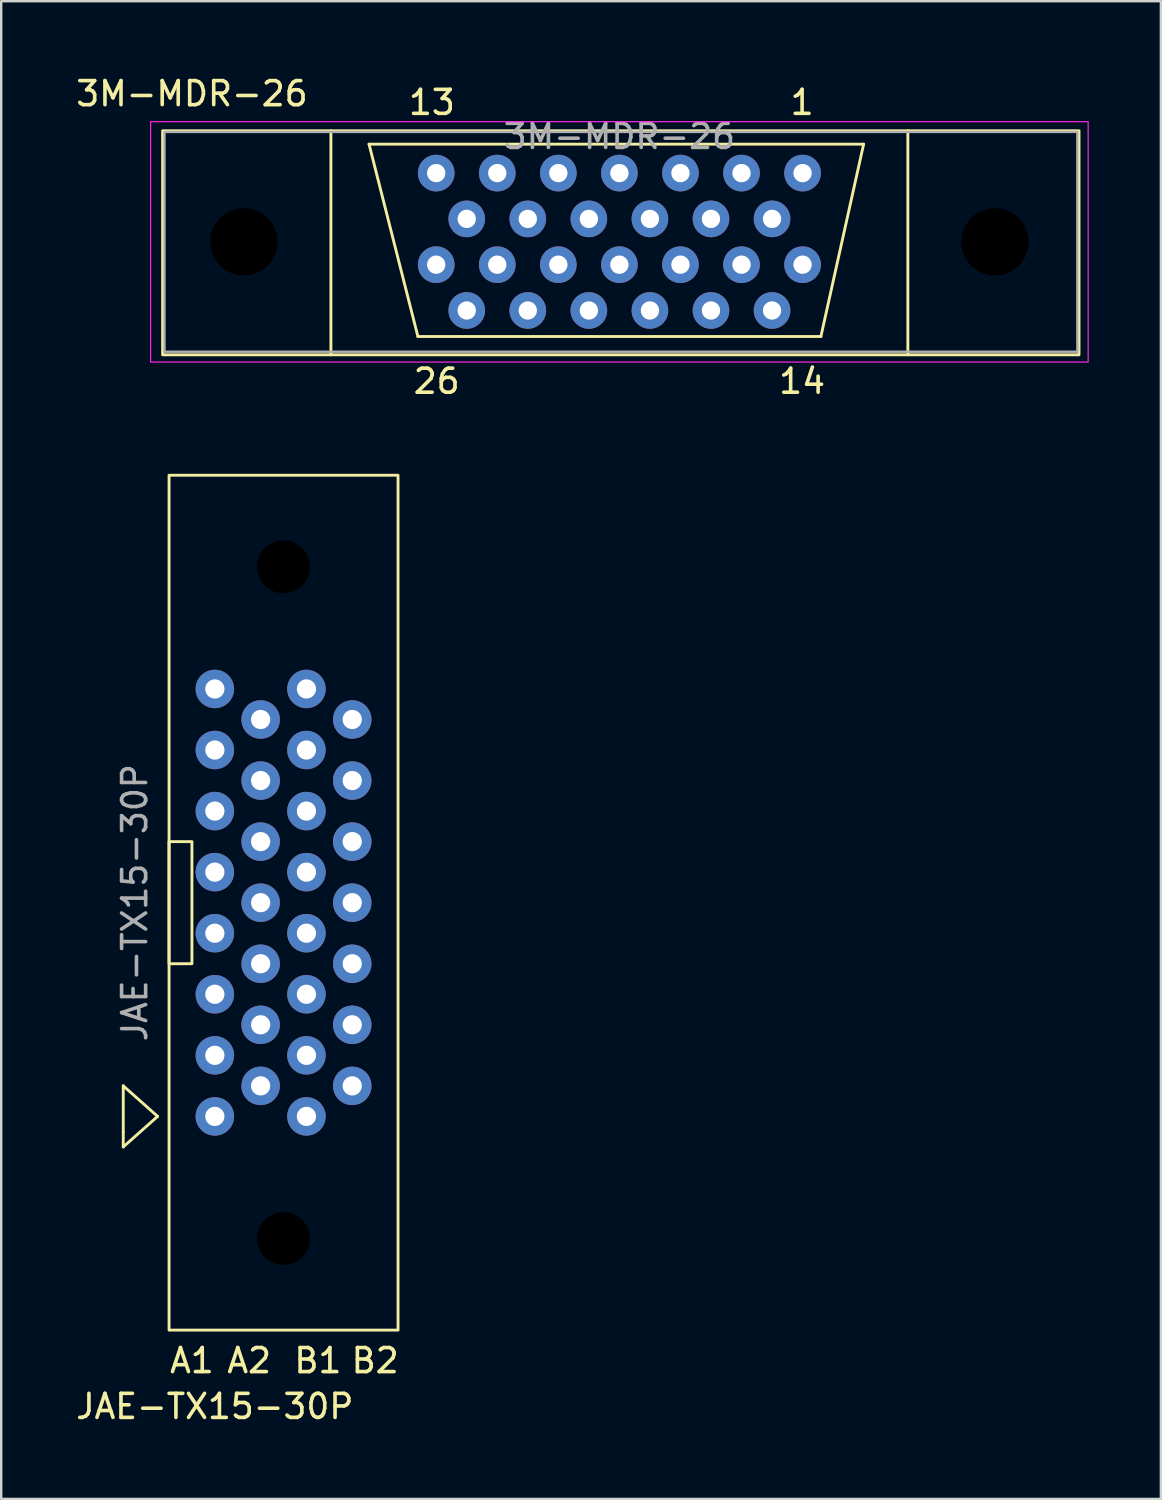
<source format=kicad_pcb>
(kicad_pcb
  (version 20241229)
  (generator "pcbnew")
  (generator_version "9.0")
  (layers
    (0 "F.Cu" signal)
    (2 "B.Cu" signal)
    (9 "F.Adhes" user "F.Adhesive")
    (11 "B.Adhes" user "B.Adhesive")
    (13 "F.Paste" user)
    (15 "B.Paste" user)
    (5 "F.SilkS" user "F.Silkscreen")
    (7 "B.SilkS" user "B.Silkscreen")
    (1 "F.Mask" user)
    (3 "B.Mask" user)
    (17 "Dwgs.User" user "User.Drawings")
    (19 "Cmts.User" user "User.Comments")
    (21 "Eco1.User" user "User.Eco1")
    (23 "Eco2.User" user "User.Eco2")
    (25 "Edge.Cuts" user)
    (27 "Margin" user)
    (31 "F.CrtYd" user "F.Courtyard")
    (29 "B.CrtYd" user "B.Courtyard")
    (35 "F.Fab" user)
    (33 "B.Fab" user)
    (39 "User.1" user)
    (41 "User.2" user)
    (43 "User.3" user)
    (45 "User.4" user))
  (footprint "JAE-TX15-30P"
    (layer "F.Cu")
    (at 5.887 43.389)
    (property "Reference" "JAE-TX15-30P" (at 0 12.065 0) (unlocked yes) (layer "F.SilkS") (effects (font (size 1 1) (thickness 0.15))))
    (attr through_hole)
    (fp_line (start -3.81 -1.27) (end -3.81 0.635) (stroke (width 0.12) (type solid)) (layer "F.SilkS"))
    (fp_line (start -3.81 0.635) (end -3.81 1.27) (stroke (width 0.12) (type solid)) (layer "F.SilkS"))
    (fp_line (start -3.81 1.27) (end -2.381 0) (stroke (width 0.12) (type solid)) (layer "F.SilkS"))
    (fp_line (start -2.381 0) (end -3.81 -1.27) (stroke (width 0.12) (type solid)) (layer "F.SilkS"))
    (fp_rect (start -1.905 -6.35) (end -0.953 -11.43) (stroke (width 0.12) (type solid)) (fill no) (layer "F.SilkS"))
    (fp_rect (start 7.62 8.89) (end -1.905 -26.67) (stroke (width 0.12) (type solid)) (fill no) (layer "F.SilkS"))
    (fp_text user "A2" (at 1.429 10.16 0) (unlocked yes) (layer "F.SilkS") (effects (font (size 1 1) (thickness 0.15))))
    (fp_text user "B2" (at 6.668 10.16 0) (unlocked yes) (layer "F.SilkS") (effects (font (size 1 1) (thickness 0.15))))
    (fp_text user "A1" (at -0.953 10.16 0) (unlocked yes) (layer "F.SilkS") (effects (font (size 1 1) (thickness 0.15))))
    (fp_text user "B1" (at 4.286 10.16 0) (unlocked yes) (layer "F.SilkS") (effects (font (size 1 1) (thickness 0.15))))
    (fp_text user "${REFERENCE}" (at -3.334 -8.89 90) (unlocked yes) (layer "F.Fab") (effects (font (size 1 1) (thickness 0.15))))
    (pad "" np_thru_hole circle (at 2.857 -22.86) (size 4.4 4.4) (drill 2.2) (layers "*.Mask"))
    (pad "" np_thru_hole circle (at 2.857 5.08) (size 4.4 4.4) (drill 2.2) (layers "*.Mask"))
    (pad "a1" thru_hole circle (at 0 0) (size 1.6 1.6) (drill 0.8) (layers "*.Cu" "*.Mask"))
    (pad "a2" thru_hole circle (at 1.905 -1.27) (size 1.6 1.6) (drill 0.8) (layers "*.Cu" "*.Mask"))
    (pad "a3" thru_hole circle (at 0 -2.54) (size 1.6 1.6) (drill 0.8) (layers "*.Cu" "*.Mask"))
    (pad "a4" thru_hole circle (at 1.905 -3.81) (size 1.6 1.6) (drill 0.8) (layers "*.Cu" "*.Mask"))
    (pad "a5" thru_hole circle (at 0 -5.08) (size 1.6 1.6) (drill 0.8) (layers "*.Cu" "*.Mask"))
    (pad "a6" thru_hole circle (at 1.905 -6.35) (size 1.6 1.6) (drill 0.8) (layers "*.Cu" "*.Mask"))
    (pad "a7" thru_hole circle (at 0 -7.62) (size 1.6 1.6) (drill 0.8) (layers "*.Cu" "*.Mask"))
    (pad "a8" thru_hole circle (at 1.905 -8.89) (size 1.6 1.6) (drill 0.8) (layers "*.Cu" "*.Mask"))
    (pad "a9" thru_hole circle (at 0 -10.16) (size 1.6 1.6) (drill 0.8) (layers "*.Cu" "*.Mask"))
    (pad "a10" thru_hole circle (at 1.905 -11.43) (size 1.6 1.6) (drill 0.8) (layers "*.Cu" "*.Mask"))
    (pad "a11" thru_hole circle (at 0 -12.7) (size 1.6 1.6) (drill 0.8) (layers "*.Cu" "*.Mask"))
    (pad "a12" thru_hole circle (at 1.905 -13.97) (size 1.6 1.6) (drill 0.8) (layers "*.Cu" "*.Mask"))
    (pad "a13" thru_hole circle (at 0 -15.24) (size 1.6 1.6) (drill 0.8) (layers "*.Cu" "*.Mask"))
    (pad "a14" thru_hole circle (at 1.905 -16.51) (size 1.6 1.6) (drill 0.8) (layers "*.Cu" "*.Mask"))
    (pad "a15" thru_hole circle (at 0 -17.78) (size 1.6 1.6) (drill 0.8) (layers "*.Cu" "*.Mask"))
    (pad "b1" thru_hole circle (at 3.81 0) (size 1.6 1.6) (drill 0.8) (layers "*.Cu" "*.Mask"))
    (pad "b2" thru_hole circle (at 5.715 -1.27) (size 1.6 1.6) (drill 0.8) (layers "*.Cu" "*.Mask"))
    (pad "b3" thru_hole circle (at 3.81 -2.54) (size 1.6 1.6) (drill 0.8) (layers "*.Cu" "*.Mask"))
    (pad "b4" thru_hole circle (at 5.715 -3.81) (size 1.6 1.6) (drill 0.8) (layers "*.Cu" "*.Mask"))
    (pad "b5" thru_hole circle (at 3.81 -5.08) (size 1.6 1.6) (drill 0.8) (layers "*.Cu" "*.Mask"))
    (pad "b6" thru_hole circle (at 5.715 -6.35) (size 1.6 1.6) (drill 0.8) (layers "*.Cu" "*.Mask"))
    (pad "b7" thru_hole circle (at 3.81 -7.62) (size 1.6 1.6) (drill 0.8) (layers "*.Cu" "*.Mask"))
    (pad "b8" thru_hole circle (at 5.715 -8.89) (size 1.6 1.6) (drill 0.8) (layers "*.Cu" "*.Mask"))
    (pad "b9" thru_hole circle (at 3.81 -10.16) (size 1.6 1.6) (drill 0.8) (layers "*.Cu" "*.Mask"))
    (pad "b10" thru_hole circle (at 5.715 -11.43) (size 1.6 1.6) (drill 0.8) (layers "*.Cu" "*.Mask"))
    (pad "b11" thru_hole circle (at 3.81 -12.7) (size 1.6 1.6) (drill 0.8) (layers "*.Cu" "*.Mask"))
    (pad "b12" thru_hole circle (at 5.715 -13.97) (size 1.6 1.6) (drill 0.8) (layers "*.Cu" "*.Mask"))
    (pad "b13" thru_hole circle (at 3.81 -15.24) (size 1.6 1.6) (drill 0.8) (layers "*.Cu" "*.Mask"))
    (pad "b14" thru_hole circle (at 5.715 -16.51) (size 1.6 1.6) (drill 0.8) (layers "*.Cu" "*.Mask"))
    (pad "b15" thru_hole circle (at 3.81 -17.78) (size 1.6 1.6) (drill 0.8) (layers "*.Cu" "*.Mask")))
  (footprint "3M-MDR-26"
    (layer "F.Cu")
    (at 22.715 7.01)
    (property "Reference" "3M-MDR-26" (at -17.78 -6.162 0) (unlocked yes) (layer "F.SilkS") (effects (font (size 1 1) (thickness 0.15))))
    (attr through_hole)
    (fp_line (start -12 4.699) (end 12 4.699) (stroke (width 0.12) (type solid)) (layer "F.SilkS"))
    (fp_line (start -10.414 -4.064) (end -8.382 3.937) (stroke (width 0.12) (type solid)) (layer "F.SilkS"))
    (fp_line (start -8.382 3.937) (end 8.382 3.937) (stroke (width 0.12) (type solid)) (layer "F.SilkS"))
    (fp_line (start 8.382 3.937) (end 10.16 -4.064) (stroke (width 0.12) (type solid)) (layer "F.SilkS"))
    (fp_line (start 10.16 -4.064) (end -10.414 -4.064) (stroke (width 0.12) (type solid)) (layer "F.SilkS"))
    (fp_line (start 12 -4.619) (end -12 -4.619) (stroke (width 0.12) (type solid)) (layer "F.SilkS"))
    (fp_rect (start -19 -4.619) (end -12 4.699) (stroke (width 0.12) (type solid)) (fill no) (layer "F.SilkS"))
    (fp_rect (start 12 -4.619) (end 19.119 4.699) (stroke (width 0.12) (type solid)) (fill no) (layer "F.SilkS"))
    (fp_rect (start -19.5 -5) (end 19.5 5) (stroke (width 0.05) (type solid)) (fill no) (layer "F.CrtYd"))
    (fp_rect (start 19.05 -4.572) (end -18.923 4.572) (stroke (width 0.1) (type solid)) (fill no) (layer "F.Fab"))
    (fp_text user "13" (at -7.8 -5.8 0) (unlocked yes) (layer "F.SilkS") (effects (font (size 1 1) (thickness 0.15))))
    (fp_text user "26" (at -7.6 5.8 0) (unlocked yes) (layer "F.SilkS") (effects (font (size 1 1) (thickness 0.15))))
    (fp_text user "14" (at 7.6 5.8 0) (unlocked yes) (layer "F.SilkS") (effects (font (size 1 1) (thickness 0.15))))
    (fp_text user "1" (at 7.6 -5.8 0) (unlocked yes) (layer "F.SilkS") (effects (font (size 1 1) (thickness 0.15))))
    (fp_text user "${REFERENCE}" (at 0 -4.384 0) (unlocked yes) (layer "F.Fab") (effects (font (size 1 1) (thickness 0.15))))
    (pad "" np_thru_hole circle (at -15.621 0) (size 4.4 4.4) (drill 2.8) (layers "*.Mask"))
    (pad "" np_thru_hole circle (at 15.621 0) (size 4.4 4.4) (drill 2.8) (layers "*.Mask"))
    (pad "1" thru_hole circle (at 7.62 -2.86) (size 1.524 1.524) (drill 0.762) (layers "*.Cu" "*.Mask"))
    (pad "2" thru_hole circle (at 6.35 -0.955) (size 1.524 1.524) (drill 0.762) (layers "*.Cu" "*.Mask"))
    (pad "3" thru_hole circle (at 5.08 -2.86) (size 1.524 1.524) (drill 0.762) (layers "*.Cu" "*.Mask"))
    (pad "4" thru_hole circle (at 3.81 -0.955) (size 1.524 1.524) (drill 0.762) (layers "*.Cu" "*.Mask"))
    (pad "5" thru_hole circle (at 2.54 -2.86) (size 1.524 1.524) (drill 0.762) (layers "*.Cu" "*.Mask"))
    (pad "6" thru_hole circle (at 1.27 -0.955) (size 1.524 1.524) (drill 0.762) (layers "*.Cu" "*.Mask"))
    (pad "7" thru_hole circle (at 0 -2.86) (size 1.524 1.524) (drill 0.762) (layers "*.Cu" "*.Mask"))
    (pad "8" thru_hole circle (at -1.27 -0.955) (size 1.524 1.524) (drill 0.762) (layers "*.Cu" "*.Mask"))
    (pad "9" thru_hole circle (at -2.54 -2.86) (size 1.524 1.524) (drill 0.762) (layers "*.Cu" "*.Mask"))
    (pad "10" thru_hole circle (at -3.81 -0.955) (size 1.524 1.524) (drill 0.762) (layers "*.Cu" "*.Mask"))
    (pad "11" thru_hole circle (at -5.08 -2.86) (size 1.524 1.524) (drill 0.762) (layers "*.Cu" "*.Mask"))
    (pad "12" thru_hole circle (at -6.35 -0.955) (size 1.524 1.524) (drill 0.762) (layers "*.Cu" "*.Mask"))
    (pad "13" thru_hole circle (at -7.62 -2.86) (size 1.524 1.524) (drill 0.762) (layers "*.Cu" "*.Mask"))
    (pad "14" thru_hole circle (at 7.62 0.95) (size 1.524 1.524) (drill 0.762) (layers "*.Cu" "*.Mask"))
    (pad "15" thru_hole circle (at 6.35 2.855) (size 1.524 1.524) (drill 0.762) (layers "*.Cu" "*.Mask"))
    (pad "16" thru_hole circle (at 5.08 0.95) (size 1.524 1.524) (drill 0.762) (layers "*.Cu" "*.Mask"))
    (pad "17" thru_hole circle (at 3.81 2.855) (size 1.524 1.524) (drill 0.762) (layers "*.Cu" "*.Mask"))
    (pad "18" thru_hole circle (at 2.54 0.95) (size 1.524 1.524) (drill 0.762) (layers "*.Cu" "*.Mask"))
    (pad "19" thru_hole circle (at 1.27 2.855) (size 1.524 1.524) (drill 0.762) (layers "*.Cu" "*.Mask"))
    (pad "20" thru_hole circle (at 0 0.95) (size 1.524 1.524) (drill 0.762) (layers "*.Cu" "*.Mask"))
    (pad "21" thru_hole circle (at -1.27 2.855) (size 1.524 1.524) (drill 0.762) (layers "*.Cu" "*.Mask"))
    (pad "22" thru_hole circle (at -2.54 0.95) (size 1.524 1.524) (drill 0.762) (layers "*.Cu" "*.Mask"))
    (pad "23" thru_hole circle (at -3.81 2.855) (size 1.524 1.524) (drill 0.762) (layers "*.Cu" "*.Mask"))
    (pad "24" thru_hole circle (at -5.08 0.95) (size 1.524 1.524) (drill 0.762) (layers "*.Cu" "*.Mask"))
    (pad "25" thru_hole circle (at -6.35 2.855) (size 1.524 1.524) (drill 0.762) (layers "*.Cu" "*.Mask"))
    (pad "26" thru_hole circle (at -7.62 0.95) (size 1.524 1.524) (drill 0.762) (layers "*.Cu" "*.Mask")))
  (gr_rect
    (start -3 -3)
    (end 45.24 59.302)
    (stroke (width 0.1) (type default))
    (fill no)
    (layer "Edge.Cuts")))
</source>
